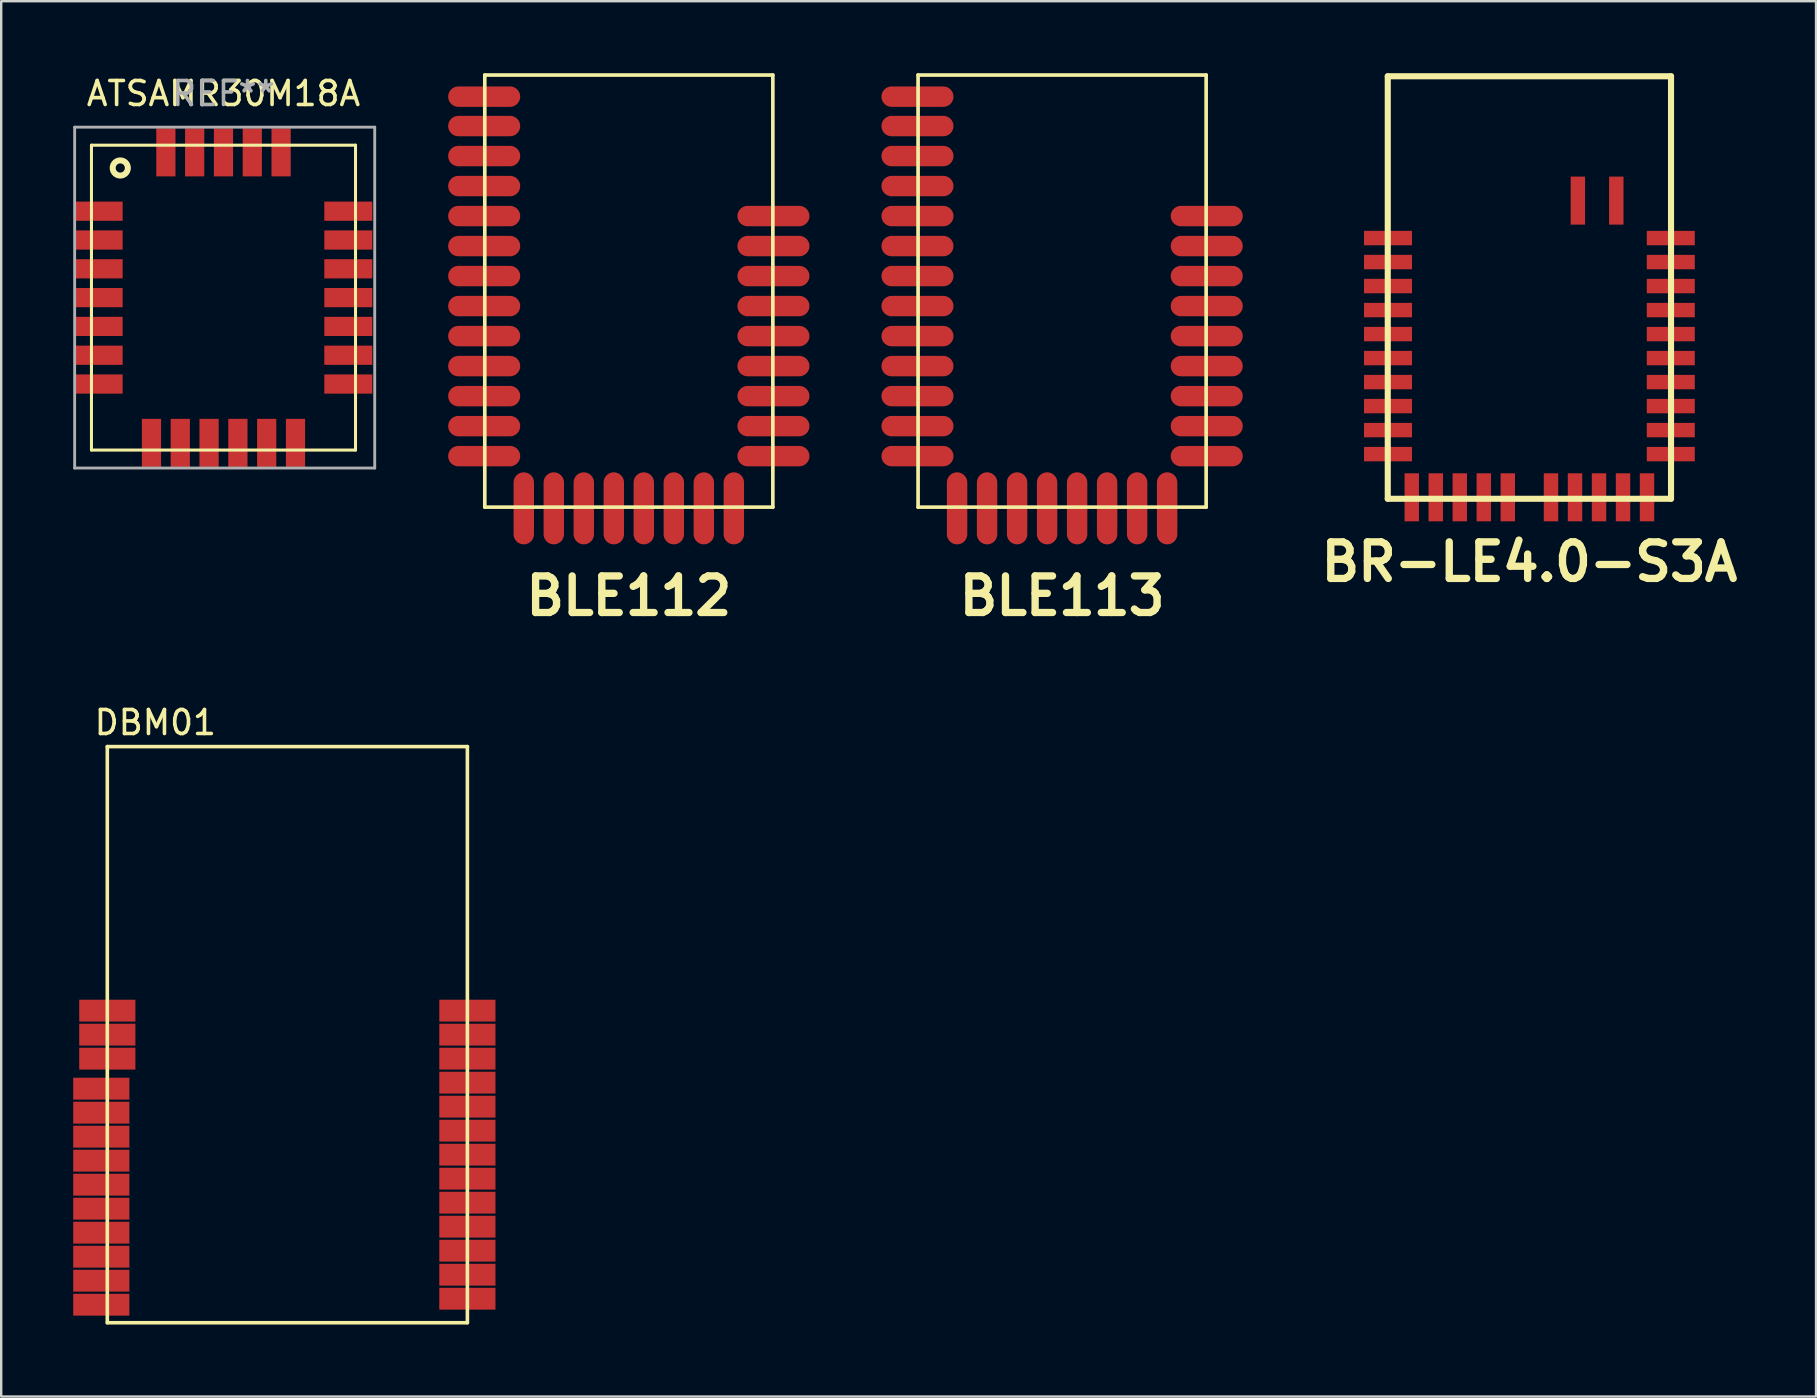
<source format=kicad_pcb>
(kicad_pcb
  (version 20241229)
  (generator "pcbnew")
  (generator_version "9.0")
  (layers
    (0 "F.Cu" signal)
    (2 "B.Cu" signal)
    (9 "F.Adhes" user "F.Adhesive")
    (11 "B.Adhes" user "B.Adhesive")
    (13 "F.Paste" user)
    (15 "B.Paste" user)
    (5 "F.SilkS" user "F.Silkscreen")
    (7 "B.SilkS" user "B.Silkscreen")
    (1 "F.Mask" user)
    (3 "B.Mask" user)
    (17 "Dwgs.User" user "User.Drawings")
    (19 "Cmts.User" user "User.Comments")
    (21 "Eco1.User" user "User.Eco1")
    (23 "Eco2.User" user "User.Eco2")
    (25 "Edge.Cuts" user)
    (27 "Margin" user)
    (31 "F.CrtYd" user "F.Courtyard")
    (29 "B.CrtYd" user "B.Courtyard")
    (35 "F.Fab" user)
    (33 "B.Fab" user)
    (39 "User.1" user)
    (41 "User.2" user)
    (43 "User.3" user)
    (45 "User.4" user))
  (footprint "BR-LE4.0-S3A"
    (layer "F.Cu")
    (at 60.661 8.927)
    (property "Reference" "BR-LE4.0-S3A" (at 0 11.43 0) (layer "F.SilkS") (effects (font (size 1.524 1.524) (thickness 0.305))))
    (attr through_hole)
    (fp_line (start -5.9 -8.8) (end -5.9 8.8) (stroke (width 0.254) (type solid)) (layer "F.SilkS"))
    (fp_line (start -5.9 8.8) (end 5.9 8.8) (stroke (width 0.254) (type solid)) (layer "F.SilkS"))
    (fp_line (start 5.9 -8.8) (end -5.9 -8.8) (stroke (width 0.254) (type solid)) (layer "F.SilkS"))
    (fp_line (start 5.9 8.8) (end 5.9 -8.8) (stroke (width 0.254) (type solid)) (layer "F.SilkS"))
    (pad "1" smd rect (at -4.89 -2.06) (size 2 0.6) (drill (offset -1 0)) (layers "F.Cu" "F.Mask" "F.Paste"))
    (pad "2" smd rect (at -4.89 -1.06) (size 2 0.6) (drill (offset -1 0)) (layers "F.Cu" "F.Mask" "F.Paste"))
    (pad "3" smd rect (at -4.89 -0.06) (size 2 0.6) (drill (offset -1 0)) (layers "F.Cu" "F.Mask" "F.Paste"))
    (pad "4" smd rect (at -4.89 0.94) (size 2 0.6) (drill (offset -1 0)) (layers "F.Cu" "F.Mask" "F.Paste"))
    (pad "5" smd rect (at -4.89 1.94) (size 2 0.6) (drill (offset -1 0)) (layers "F.Cu" "F.Mask" "F.Paste"))
    (pad "6" smd rect (at -4.89 2.94) (size 2 0.6) (drill (offset -1 0)) (layers "F.Cu" "F.Mask" "F.Paste"))
    (pad "7" smd rect (at -4.89 3.94) (size 2 0.6) (drill (offset -1 0)) (layers "F.Cu" "F.Mask" "F.Paste"))
    (pad "8" smd rect (at -4.89 4.94) (size 2 0.6) (drill (offset -1 0)) (layers "F.Cu" "F.Mask" "F.Paste"))
    (pad "9" smd rect (at -4.89 5.94) (size 2 0.6) (drill (offset -1 0)) (layers "F.Cu" "F.Mask" "F.Paste"))
    (pad "10" smd rect (at -4.89 6.94) (size 2 0.6) (drill (offset -1 0)) (layers "F.Cu" "F.Mask" "F.Paste"))
    (pad "11" smd rect (at -4.9 7.74) (size 0.6 2) (drill (offset 0 1)) (layers "F.Cu" "F.Mask" "F.Paste"))
    (pad "12" smd rect (at -3.9 7.74) (size 0.6 2) (drill (offset 0 1)) (layers "F.Cu" "F.Mask" "F.Paste"))
    (pad "13" smd rect (at -2.9 7.74) (size 0.6 2) (drill (offset 0 1)) (layers "F.Cu" "F.Mask" "F.Paste"))
    (pad "14" smd rect (at -1.9 7.74) (size 0.6 2) (drill (offset 0 1)) (layers "F.Cu" "F.Mask" "F.Paste"))
    (pad "15" smd rect (at -0.9 7.74) (size 0.6 2) (drill (offset 0 1)) (layers "F.Cu" "F.Mask" "F.Paste"))
    (pad "16" smd rect (at 0.9 7.74) (size 0.6 2) (drill (offset 0 1)) (layers "F.Cu" "F.Mask" "F.Paste"))
    (pad "17" smd rect (at 1.9 7.74) (size 0.6 2) (drill (offset 0 1)) (layers "F.Cu" "F.Mask" "F.Paste"))
    (pad "18" smd rect (at 2.9 7.74) (size 0.6 2) (drill (offset 0 1)) (layers "F.Cu" "F.Mask" "F.Paste"))
    (pad "19" smd rect (at 3.9 7.74) (size 0.6 2) (drill (offset 0 1)) (layers "F.Cu" "F.Mask" "F.Paste"))
    (pad "20" smd rect (at 4.9 7.74) (size 0.6 2) (drill (offset 0 1)) (layers "F.Cu" "F.Mask" "F.Paste"))
    (pad "21" smd rect (at 4.89 6.94) (size 2 0.6) (drill (offset 1 0)) (layers "F.Cu" "F.Mask" "F.Paste"))
    (pad "22" smd rect (at 4.89 5.94) (size 2 0.6) (drill (offset 1 0)) (layers "F.Cu" "F.Mask" "F.Paste"))
    (pad "23" smd rect (at 4.89 4.94) (size 2 0.6) (drill (offset 1 0)) (layers "F.Cu" "F.Mask" "F.Paste"))
    (pad "24" smd rect (at 4.89 3.94) (size 2 0.6) (drill (offset 1 0)) (layers "F.Cu" "F.Mask" "F.Paste"))
    (pad "25" smd rect (at 4.89 2.94) (size 2 0.6) (drill (offset 1 0)) (layers "F.Cu" "F.Mask" "F.Paste"))
    (pad "26" smd rect (at 4.89 1.94) (size 2 0.6) (drill (offset 1 0)) (layers "F.Cu" "F.Mask" "F.Paste"))
    (pad "27" smd rect (at 4.89 0.94) (size 2 0.6) (drill (offset 1 0)) (layers "F.Cu" "F.Mask" "F.Paste"))
    (pad "28" smd rect (at 4.89 -0.06) (size 2 0.6) (drill (offset 1 0)) (layers "F.Cu" "F.Mask" "F.Paste"))
    (pad "29" smd rect (at 4.89 -1.06) (size 2 0.6) (drill (offset 1 0)) (layers "F.Cu" "F.Mask" "F.Paste"))
    (pad "30" smd rect (at 4.89 -2.06) (size 2 0.6) (drill (offset 1 0)) (layers "F.Cu" "F.Mask" "F.Paste"))
    (pad "31" smd rect (at 3.62 -2.62) (size 0.6 2) (drill (offset 0 -1)) (layers "F.Cu" "F.Mask" "F.Paste"))
    (pad "32" smd rect (at 2.02 -2.62) (size 0.6 2) (drill (offset 0 -1)) (layers "F.Cu" "F.Mask" "F.Paste")))
  (footprint "ATSAMR30M18A"
    (layer "F.Cu")
    (at 6.26 9.348)
    (property "Reference" "ATSAMR30M18A" (at 0 -8.5 0) (layer "F.SilkS") (effects (font (size 1 1) (thickness 0.15))))
    (attr through_hole)
    (fp_line (start -5.5 -6.35) (end 5.5 -6.35) (stroke (width 0.127) (type solid)) (layer "F.SilkS"))
    (fp_line (start -5.5 6.35) (end -5.5 -6.35) (stroke (width 0.127) (type solid)) (layer "F.SilkS"))
    (fp_line (start 5.5 -6.35) (end 5.5 6.35) (stroke (width 0.127) (type solid)) (layer "F.SilkS"))
    (fp_line (start 5.5 6.35) (end -5.5 6.35) (stroke (width 0.127) (type solid)) (layer "F.SilkS"))
    (fp_circle (center -4.3 -5.4) (end -3.984 -5.4) (stroke (width 0.25) (type solid)) (fill no) (layer "F.SilkS"))
    (fp_line (start -6.2 -7.1) (end 6.3 -7.1) (stroke (width 0.12) (type solid)) (layer "F.Fab"))
    (fp_line (start -6.2 7.1) (end -6.2 -7.1) (stroke (width 0.12) (type solid)) (layer "F.Fab"))
    (fp_line (start 6.3 -7.1) (end 6.3 7.1) (stroke (width 0.12) (type solid)) (layer "F.Fab"))
    (fp_line (start 6.3 7.1) (end -6.2 7.1) (stroke (width 0.12) (type solid)) (layer "F.Fab"))
    (fp_text user "REF**" (at 0 -8.5 0) (layer "F.Fab") (effects (font (size 1 1) (thickness 0.15))))
    (pad "1" smd rect (at -5.2 -3.6) (size 2 0.8) (layers "F.Cu" "F.Mask" "F.Paste"))
    (pad "2" smd rect (at -5.2 -2.4) (size 2 0.8) (layers "F.Cu" "F.Mask" "F.Paste"))
    (pad "3" smd rect (at -5.2 -1.2) (size 2 0.8) (layers "F.Cu" "F.Mask" "F.Paste"))
    (pad "4" smd rect (at -5.2 0) (size 2 0.8) (layers "F.Cu" "F.Mask" "F.Paste"))
    (pad "5" smd rect (at -5.2 1.2) (size 2 0.8) (layers "F.Cu" "F.Mask" "F.Paste"))
    (pad "6" smd rect (at -5.2 2.4) (size 2 0.8) (layers "F.Cu" "F.Mask" "F.Paste"))
    (pad "7" smd rect (at -5.2 3.6) (size 2 0.8) (layers "F.Cu" "F.Mask" "F.Paste"))
    (pad "8" smd rect (at -3 6.05) (size 0.8 2) (layers "F.Cu" "F.Mask" "F.Paste"))
    (pad "9" smd rect (at -1.8 6.05) (size 0.8 2) (layers "F.Cu" "F.Mask" "F.Paste"))
    (pad "10" smd rect (at -0.6 6.05) (size 0.8 2) (layers "F.Cu" "F.Mask" "F.Paste"))
    (pad "11" smd rect (at 0.6 6.05) (size 0.8 2) (layers "F.Cu" "F.Mask" "F.Paste"))
    (pad "12" smd rect (at 1.8 6.05) (size 0.8 2) (layers "F.Cu" "F.Mask" "F.Paste"))
    (pad "13" smd rect (at 3 6.05) (size 0.8 2) (layers "F.Cu" "F.Mask" "F.Paste"))
    (pad "14" smd rect (at 5.2 3.6) (size 2 0.8) (layers "F.Cu" "F.Mask" "F.Paste"))
    (pad "15" smd rect (at 5.2 2.4) (size 2 0.8) (layers "F.Cu" "F.Mask" "F.Paste"))
    (pad "16" smd rect (at 5.2 1.2) (size 2 0.8) (layers "F.Cu" "F.Mask" "F.Paste"))
    (pad "17" smd rect (at 5.2 0) (size 2 0.8) (layers "F.Cu" "F.Mask" "F.Paste"))
    (pad "18" smd rect (at 5.2 -1.2) (size 2 0.8) (layers "F.Cu" "F.Mask" "F.Paste"))
    (pad "19" smd rect (at 5.2 -2.4) (size 2 0.8) (layers "F.Cu" "F.Mask" "F.Paste"))
    (pad "20" smd rect (at 5.2 -3.6) (size 2 0.8) (layers "F.Cu" "F.Mask" "F.Paste"))
    (pad "21" smd rect (at 2.4 -6.05) (size 0.8 2) (layers "F.Cu" "F.Mask" "F.Paste"))
    (pad "22" smd rect (at 1.2 -6.05) (size 0.8 2) (layers "F.Cu" "F.Mask" "F.Paste"))
    (pad "23" smd rect (at 0 -6.05) (size 0.8 2) (layers "F.Cu" "F.Mask" "F.Paste"))
    (pad "24" smd rect (at -1.2 -6.05) (size 0.8 2) (layers "F.Cu" "F.Mask" "F.Paste"))
    (pad "25" smd rect (at -2.4 -6.05) (size 0.8 2) (layers "F.Cu" "F.Mask" "F.Paste")))
  (footprint "BLE113"
    (layer "F.Cu")
    (at 41.195 9.076)
    (property "Reference" "BLE113" (at 0 12.7 0) (layer "F.SilkS") (effects (font (size 1.524 1.524) (thickness 0.305))))
    (attr through_hole)
    (fp_line (start -6 -9) (end -6 9) (stroke (width 0.152) (type solid)) (layer "F.SilkS"))
    (fp_line (start -6 9) (end 6 9) (stroke (width 0.152) (type solid)) (layer "F.SilkS"))
    (fp_line (start 6 -9) (end -6 -9) (stroke (width 0.152) (type solid)) (layer "F.SilkS"))
    (fp_line (start 6 9) (end 6 -9) (stroke (width 0.152) (type solid)) (layer "F.SilkS"))
    (pad "1" smd oval (at -6.025 -8.1) (size 3 0.85) (layers "F.Cu" "F.Mask" "F.Paste"))
    (pad "2" smd oval (at -6.025 -6.875) (size 3 0.85) (layers "F.Cu" "F.Mask" "F.Paste"))
    (pad "3" smd oval (at -6.025 -5.625) (size 3 0.85) (layers "F.Cu" "F.Mask" "F.Paste"))
    (pad "4" smd oval (at -6.025 -4.375) (size 3 0.85) (layers "F.Cu" "F.Mask" "F.Paste"))
    (pad "5" smd oval (at -6.025 -3.125) (size 3 0.85) (layers "F.Cu" "F.Mask" "F.Paste"))
    (pad "6" smd oval (at -6.025 -1.875) (size 3 0.85) (layers "F.Cu" "F.Mask" "F.Paste"))
    (pad "7" smd oval (at -6.025 -0.625) (size 3 0.85) (layers "F.Cu" "F.Mask" "F.Paste"))
    (pad "8" smd oval (at -6.025 0.625) (size 3 0.85) (layers "F.Cu" "F.Mask" "F.Paste"))
    (pad "9" smd oval (at -6.025 1.875) (size 3 0.85) (layers "F.Cu" "F.Mask" "F.Paste"))
    (pad "10" smd oval (at -6.025 3.125) (size 3 0.85) (layers "F.Cu" "F.Mask" "F.Paste"))
    (pad "11" smd oval (at -6.025 4.375) (size 3 0.85) (layers "F.Cu" "F.Mask" "F.Paste"))
    (pad "12" smd oval (at -6.025 5.625) (size 3 0.85) (layers "F.Cu" "F.Mask" "F.Paste"))
    (pad "13" smd oval (at -6.025 6.875) (size 3 0.85) (layers "F.Cu" "F.Mask" "F.Paste"))
    (pad "14" smd oval (at -4.375 9.05) (size 0.85 3) (layers "F.Cu" "F.Mask" "F.Paste"))
    (pad "15" smd oval (at -3.125 9.05) (size 0.85 3) (layers "F.Cu" "F.Mask" "F.Paste"))
    (pad "16" smd oval (at -1.875 9.05) (size 0.85 3) (layers "F.Cu" "F.Mask" "F.Paste"))
    (pad "17" smd oval (at -0.625 9.05) (size 0.85 3) (layers "F.Cu" "F.Mask" "F.Paste"))
    (pad "18" smd oval (at 0.625 9.05) (size 0.85 3) (layers "F.Cu" "F.Mask" "F.Paste"))
    (pad "19" smd oval (at 1.875 9.05) (size 0.85 3) (layers "F.Cu" "F.Mask" "F.Paste"))
    (pad "20" smd oval (at 3.125 9.05) (size 0.85 3) (layers "F.Cu" "F.Mask" "F.Paste"))
    (pad "21" smd oval (at 4.375 9.05) (size 0.85 3) (layers "F.Cu" "F.Mask" "F.Paste"))
    (pad "22" smd oval (at 6.025 6.875) (size 3 0.85) (layers "F.Cu" "F.Mask" "F.Paste"))
    (pad "23" smd oval (at 6.025 5.625) (size 3 0.85) (layers "F.Cu" "F.Mask" "F.Paste"))
    (pad "24" smd oval (at 6.025 4.375) (size 3 0.85) (layers "F.Cu" "F.Mask" "F.Paste"))
    (pad "25" smd oval (at 6.025 3.125) (size 3 0.85) (layers "F.Cu" "F.Mask" "F.Paste"))
    (pad "26" smd oval (at 6.025 1.875) (size 3 0.85) (layers "F.Cu" "F.Mask" "F.Paste"))
    (pad "27" smd oval (at 6.025 0.625) (size 3 0.85) (layers "F.Cu" "F.Mask" "F.Paste"))
    (pad "28" smd oval (at 6.025 -0.625) (size 3 0.85) (layers "F.Cu" "F.Mask" "F.Paste"))
    (pad "29" smd oval (at 6.025 -1.875) (size 3 0.85) (layers "F.Cu" "F.Mask" "F.Paste"))
    (pad "30" smd oval (at 6.025 -3.125) (size 3 0.85) (layers "F.Cu" "F.Mask" "F.Paste")))
  (footprint "BLE112"
    (layer "F.Cu")
    (at 23.145 9.076)
    (property "Reference" "BLE112" (at 0 12.7 0) (layer "F.SilkS") (effects (font (size 1.524 1.524) (thickness 0.305))))
    (attr through_hole)
    (fp_line (start -6 -9) (end -6 9) (stroke (width 0.152) (type solid)) (layer "F.SilkS"))
    (fp_line (start -6 9) (end 6 9) (stroke (width 0.152) (type solid)) (layer "F.SilkS"))
    (fp_line (start 6 -9) (end -6 -9) (stroke (width 0.152) (type solid)) (layer "F.SilkS"))
    (fp_line (start 6 9) (end 6 -9) (stroke (width 0.152) (type solid)) (layer "F.SilkS"))
    (pad "1" smd oval (at -6.025 -8.1) (size 3 0.85) (layers "F.Cu" "F.Mask" "F.Paste"))
    (pad "2" smd oval (at -6.025 -6.875) (size 3 0.85) (layers "F.Cu" "F.Mask" "F.Paste"))
    (pad "3" smd oval (at -6.025 -5.625) (size 3 0.85) (layers "F.Cu" "F.Mask" "F.Paste"))
    (pad "4" smd oval (at -6.025 -4.375) (size 3 0.85) (layers "F.Cu" "F.Mask" "F.Paste"))
    (pad "5" smd oval (at -6.025 -3.125) (size 3 0.85) (layers "F.Cu" "F.Mask" "F.Paste"))
    (pad "6" smd oval (at -6.025 -1.875) (size 3 0.85) (layers "F.Cu" "F.Mask" "F.Paste"))
    (pad "7" smd oval (at -6.025 -0.625) (size 3 0.85) (layers "F.Cu" "F.Mask" "F.Paste"))
    (pad "8" smd oval (at -6.025 0.625) (size 3 0.85) (layers "F.Cu" "F.Mask" "F.Paste"))
    (pad "9" smd oval (at -6.025 1.875) (size 3 0.85) (layers "F.Cu" "F.Mask" "F.Paste"))
    (pad "10" smd oval (at -6.025 3.125) (size 3 0.85) (layers "F.Cu" "F.Mask" "F.Paste"))
    (pad "11" smd oval (at -6.025 4.375) (size 3 0.85) (layers "F.Cu" "F.Mask" "F.Paste"))
    (pad "12" smd oval (at -6.025 5.625) (size 3 0.85) (layers "F.Cu" "F.Mask" "F.Paste"))
    (pad "13" smd oval (at -6.025 6.875) (size 3 0.85) (layers "F.Cu" "F.Mask" "F.Paste"))
    (pad "14" smd oval (at -4.375 9.05) (size 0.85 3) (layers "F.Cu" "F.Mask" "F.Paste"))
    (pad "15" smd oval (at -3.125 9.05) (size 0.85 3) (layers "F.Cu" "F.Mask" "F.Paste"))
    (pad "16" smd oval (at -1.875 9.05) (size 0.85 3) (layers "F.Cu" "F.Mask" "F.Paste"))
    (pad "17" smd oval (at -0.625 9.05) (size 0.85 3) (layers "F.Cu" "F.Mask" "F.Paste"))
    (pad "18" smd oval (at 0.625 9.05) (size 0.85 3) (layers "F.Cu" "F.Mask" "F.Paste"))
    (pad "19" smd oval (at 1.875 9.05) (size 0.85 3) (layers "F.Cu" "F.Mask" "F.Paste"))
    (pad "20" smd oval (at 3.125 9.05) (size 0.85 3) (layers "F.Cu" "F.Mask" "F.Paste"))
    (pad "21" smd oval (at 4.375 9.05) (size 0.85 3) (layers "F.Cu" "F.Mask" "F.Paste"))
    (pad "22" smd oval (at 6.025 6.875) (size 3 0.85) (layers "F.Cu" "F.Mask" "F.Paste"))
    (pad "23" smd oval (at 6.025 5.625) (size 3 0.85) (layers "F.Cu" "F.Mask" "F.Paste"))
    (pad "24" smd oval (at 6.025 4.375) (size 3 0.85) (layers "F.Cu" "F.Mask" "F.Paste"))
    (pad "25" smd oval (at 6.025 3.125) (size 3 0.85) (layers "F.Cu" "F.Mask" "F.Paste"))
    (pad "26" smd oval (at 6.025 1.875) (size 3 0.85) (layers "F.Cu" "F.Mask" "F.Paste"))
    (pad "27" smd oval (at 6.025 0.625) (size 3 0.85) (layers "F.Cu" "F.Mask" "F.Paste"))
    (pad "28" smd oval (at 6.025 -0.625) (size 3 0.85) (layers "F.Cu" "F.Mask" "F.Paste"))
    (pad "29" smd oval (at 6.025 -1.875) (size 3 0.85) (layers "F.Cu" "F.Mask" "F.Paste"))
    (pad "30" smd oval (at 6.025 -3.125) (size 3 0.85) (layers "F.Cu" "F.Mask" "F.Paste")))
  (footprint "DBM01"
    (layer "F.Cu")
    (at 8.92 40.051)
    (property "Reference" "DBM01" (at -5.5 -13 0) (layer "F.SilkS") (effects (font (size 1 1) (thickness 0.15))))
    (attr through_hole)
    (fp_line (start -7.5 -12) (end 7.5 -12) (stroke (width 0.15) (type solid)) (layer "F.SilkS"))
    (fp_line (start -7.5 12) (end -7.5 -12) (stroke (width 0.15) (type solid)) (layer "F.SilkS"))
    (fp_line (start 7.5 -12) (end 7.5 12) (stroke (width 0.15) (type solid)) (layer "F.SilkS"))
    (fp_line (start 7.5 12) (end -7.5 12) (stroke (width 0.15) (type solid)) (layer "F.SilkS"))
    (pad "1" smd rect (at -7.5 -1 180) (size 2.34 0.91) (layers "F.Cu" "F.Mask" "F.Paste"))
    (pad "2" smd rect (at -7.5 0 180) (size 2.34 0.91) (layers "F.Cu" "F.Mask" "F.Paste"))
    (pad "3" smd rect (at -7.5 1 180) (size 2.34 0.91) (layers "F.Cu" "F.Mask" "F.Paste"))
    (pad "4" smd rect (at -7.75 2.25 180) (size 2.34 0.91) (layers "F.Cu" "F.Mask" "F.Paste"))
    (pad "5" smd rect (at -7.75 3.25 180) (size 2.34 0.91) (layers "F.Cu" "F.Mask" "F.Paste"))
    (pad "6" smd rect (at -7.75 4.25 180) (size 2.34 0.91) (layers "F.Cu" "F.Mask" "F.Paste"))
    (pad "7" smd rect (at -7.75 5.25 180) (size 2.34 0.91) (layers "F.Cu" "F.Mask" "F.Paste"))
    (pad "8" smd rect (at -7.75 6.25 180) (size 2.34 0.91) (layers "F.Cu" "F.Mask" "F.Paste"))
    (pad "9" smd rect (at -7.75 7.25 180) (size 2.34 0.91) (layers "F.Cu" "F.Mask" "F.Paste"))
    (pad "10" smd rect (at -7.75 8.25 180) (size 2.34 0.91) (layers "F.Cu" "F.Mask" "F.Paste"))
    (pad "11" smd rect (at -7.75 9.25 180) (size 2.34 0.91) (layers "F.Cu" "F.Mask" "F.Paste"))
    (pad "12" smd rect (at -7.75 10.25 180) (size 2.34 0.91) (layers "F.Cu" "F.Mask" "F.Paste"))
    (pad "13" smd rect (at -7.75 11.25 180) (size 2.34 0.91) (layers "F.Cu" "F.Mask" "F.Paste"))
    (pad "14" smd rect (at 7.5 11) (size 2.34 0.91) (layers "F.Cu" "F.Mask" "F.Paste"))
    (pad "15" smd rect (at 7.5 10) (size 2.34 0.91) (layers "F.Cu" "F.Mask" "F.Paste"))
    (pad "16" smd rect (at 7.5 9) (size 2.34 0.91) (layers "F.Cu" "F.Mask" "F.Paste"))
    (pad "17" smd rect (at 7.5 8) (size 2.34 0.91) (layers "F.Cu" "F.Mask" "F.Paste"))
    (pad "18" smd rect (at 7.5 7) (size 2.34 0.91) (layers "F.Cu" "F.Mask" "F.Paste"))
    (pad "19" smd rect (at 7.5 6) (size 2.34 0.91) (layers "F.Cu" "F.Mask" "F.Paste"))
    (pad "20" smd rect (at 7.5 5) (size 2.34 0.91) (layers "F.Cu" "F.Mask" "F.Paste"))
    (pad "21" smd rect (at 7.5 4) (size 2.34 0.91) (layers "F.Cu" "F.Mask" "F.Paste"))
    (pad "22" smd rect (at 7.5 3) (size 2.34 0.91) (layers "F.Cu" "F.Mask" "F.Paste"))
    (pad "23" smd rect (at 7.5 2) (size 2.34 0.91) (layers "F.Cu" "F.Mask" "F.Paste"))
    (pad "24" smd rect (at 7.5 1) (size 2.34 0.91) (layers "F.Cu" "F.Mask" "F.Paste"))
    (pad "25" smd rect (at 7.5 0) (size 2.34 0.91) (layers "F.Cu" "F.Mask" "F.Paste"))
    (pad "26" smd rect (at 7.5 -1) (size 2.34 0.91) (layers "F.Cu" "F.Mask" "F.Paste")))
  (gr_rect
    (start -3 -3)
    (end 72.602 55.126)
    (stroke (width 0.1) (type default))
    (fill no)
    (layer "Edge.Cuts")))
</source>
